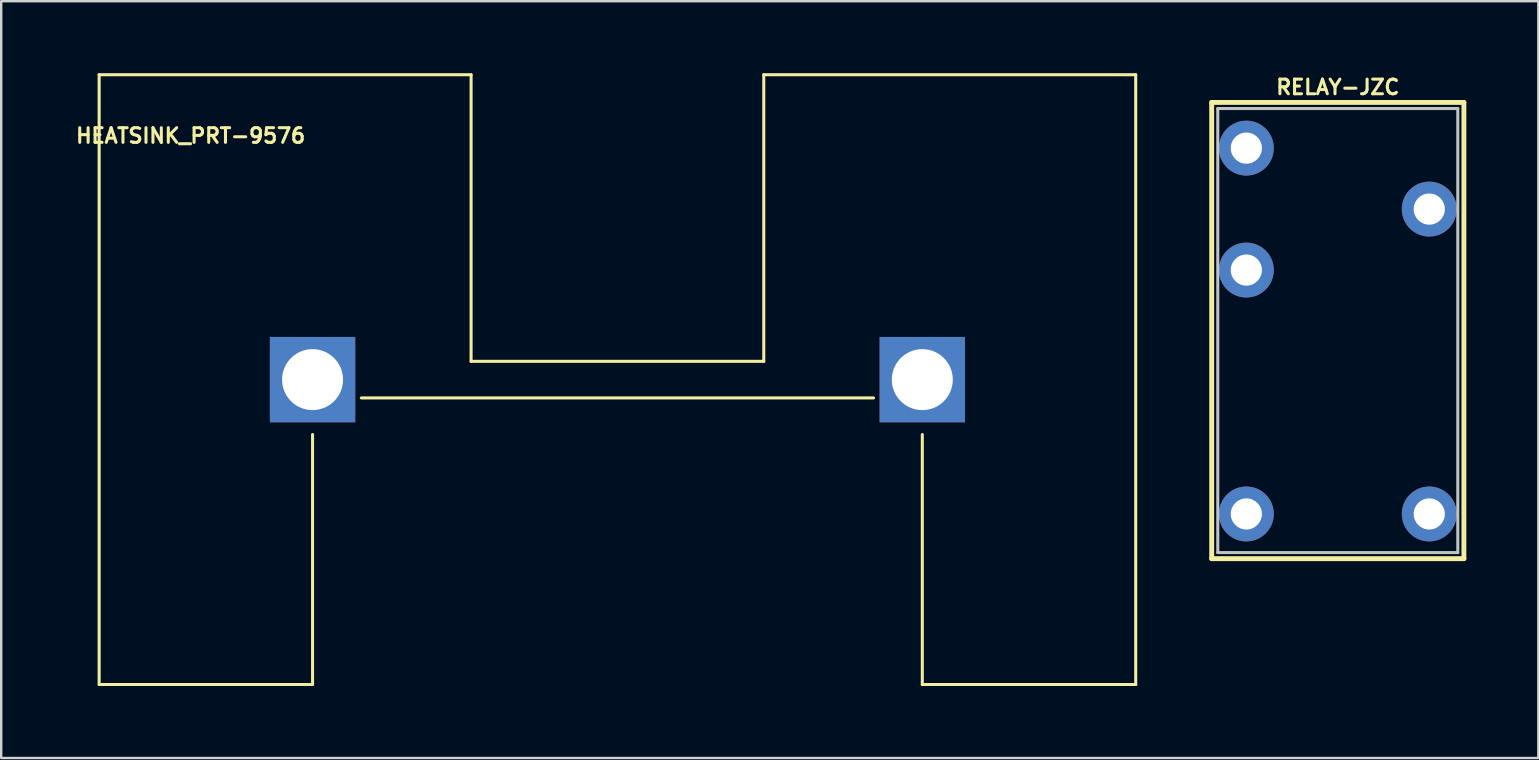
<source format=kicad_pcb>
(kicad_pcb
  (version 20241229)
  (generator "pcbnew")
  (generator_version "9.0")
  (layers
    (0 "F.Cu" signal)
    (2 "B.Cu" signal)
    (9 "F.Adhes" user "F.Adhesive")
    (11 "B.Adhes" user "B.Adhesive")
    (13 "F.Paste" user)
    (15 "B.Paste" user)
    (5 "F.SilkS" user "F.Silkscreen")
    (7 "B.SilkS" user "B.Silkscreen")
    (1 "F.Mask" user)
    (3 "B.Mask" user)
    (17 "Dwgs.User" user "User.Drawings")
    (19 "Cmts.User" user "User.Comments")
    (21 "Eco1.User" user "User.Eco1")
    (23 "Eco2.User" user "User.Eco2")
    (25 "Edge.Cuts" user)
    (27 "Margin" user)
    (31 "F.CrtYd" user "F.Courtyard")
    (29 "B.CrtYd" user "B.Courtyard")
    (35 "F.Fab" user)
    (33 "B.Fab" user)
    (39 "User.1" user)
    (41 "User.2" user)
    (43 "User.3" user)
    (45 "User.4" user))
  (footprint "RELAY-JZC"
    (layer "F.Cu")
    (at 52.678 9.47)
    (property "Reference" "RELAY-JZC" (at 0 -8.89 180) (layer "F.SilkS") (effects (font (size 0.61 0.61) (thickness 0.127))))
    (attr exclude_from_pos_files exclude_from_bom)
    (fp_line (start -5.253 -8.252) (end 5.253 -8.252) (stroke (width 0.203) (type solid)) (layer "F.SilkS"))
    (fp_line (start -5.253 10.752) (end -5.253 -8.252) (stroke (width 0.203) (type solid)) (layer "F.SilkS"))
    (fp_line (start 5.253 -8.252) (end 5.253 10.752) (stroke (width 0.203) (type solid)) (layer "F.SilkS"))
    (fp_line (start 5.253 10.752) (end -5.253 10.752) (stroke (width 0.203) (type solid)) (layer "F.SilkS"))
    (fp_line (start -4.999 -7.998) (end 4.999 -7.998) (stroke (width 0.127) (type solid)) (layer "Dwgs.User"))
    (fp_line (start -4.999 10.498) (end -4.999 -7.998) (stroke (width 0.127) (type solid)) (layer "Dwgs.User"))
    (fp_line (start 4.999 -7.998) (end 4.999 10.498) (stroke (width 0.127) (type solid)) (layer "Dwgs.User"))
    (fp_line (start 4.999 10.498) (end -4.999 10.498) (stroke (width 0.127) (type solid)) (layer "Dwgs.User"))
    (pad "1" thru_hole circle (at 3.81 8.89) (size 2.286 2.286) (drill 1.298) (layers "*.Cu" "*.Mask"))
    (pad "2" thru_hole circle (at -3.81 -1.27) (size 2.286 2.286) (drill 1.298) (layers "*.Cu" "*.Mask"))
    (pad "3" thru_hole circle (at -3.81 -6.35) (size 2.286 2.286) (drill 1.298) (layers "*.Cu" "*.Mask"))
    (pad "4" thru_hole circle (at 3.81 -3.81) (size 2.286 2.286) (drill 1.298) (layers "*.Cu" "*.Mask"))
    (pad "5" thru_hole circle (at -3.81 8.89) (size 2.286 2.286) (drill 1.298) (layers "*.Cu" "*.Mask")))
  (footprint "HEATSINK_PRT-9576"
    (layer "F.Cu")
    (at 22.67 12.764)
    (property "Reference" "HEATSINK_PRT-9576" (at -17.78 -10.16 0) (layer "F.SilkS") (effects (font (size 0.61 0.61) (thickness 0.127))))
    (attr exclude_from_pos_files exclude_from_bom)
    (fp_line (start -21.59 -12.7) (end -6.096 -12.7) (stroke (width 0.127) (type solid)) (layer "F.SilkS"))
    (fp_line (start -21.59 12.7) (end -21.59 -12.7) (stroke (width 0.127) (type solid)) (layer "F.SilkS"))
    (fp_line (start -12.7 12.7) (end -21.59 12.7) (stroke (width 0.127) (type solid)) (layer "F.SilkS"))
    (fp_line (start -12.7 12.7) (end -12.7 2.286) (stroke (width 0.127) (type solid)) (layer "F.SilkS"))
    (fp_line (start -10.668 0.762) (end 10.668 0.762) (stroke (width 0.127) (type solid)) (layer "F.SilkS"))
    (fp_line (start -6.096 -0.762) (end -6.096 -12.7) (stroke (width 0.127) (type solid)) (layer "F.SilkS"))
    (fp_line (start 6.096 -0.762) (end -6.096 -0.762) (stroke (width 0.127) (type solid)) (layer "F.SilkS"))
    (fp_line (start 6.096 -0.762) (end 6.096 -12.7) (stroke (width 0.127) (type solid)) (layer "F.SilkS"))
    (fp_line (start 12.7 2.286) (end 12.7 12.7) (stroke (width 0.127) (type solid)) (layer "F.SilkS"))
    (fp_line (start 12.7 12.7) (end 21.59 12.7) (stroke (width 0.127) (type solid)) (layer "F.SilkS"))
    (fp_line (start 21.59 -12.7) (end 6.096 -12.7) (stroke (width 0.127) (type solid)) (layer "F.SilkS"))
    (fp_line (start 21.59 -12.7) (end 21.59 12.7) (stroke (width 0.127) (type solid)) (layer "F.SilkS"))
    (pad "P$1" thru_hole rect (at -12.7 0) (size 3.556 3.556) (drill 2.54) (layers "*.Cu" "*.Mask"))
    (pad "P$2" thru_hole rect (at 12.7 0) (size 3.556 3.556) (drill 2.54) (layers "*.Cu" "*.Mask")))
  (gr_rect
    (start -3 -3)
    (end 61.032 28.527)
    (stroke (width 0.1) (type default))
    (fill no)
    (layer "Edge.Cuts")))
</source>
